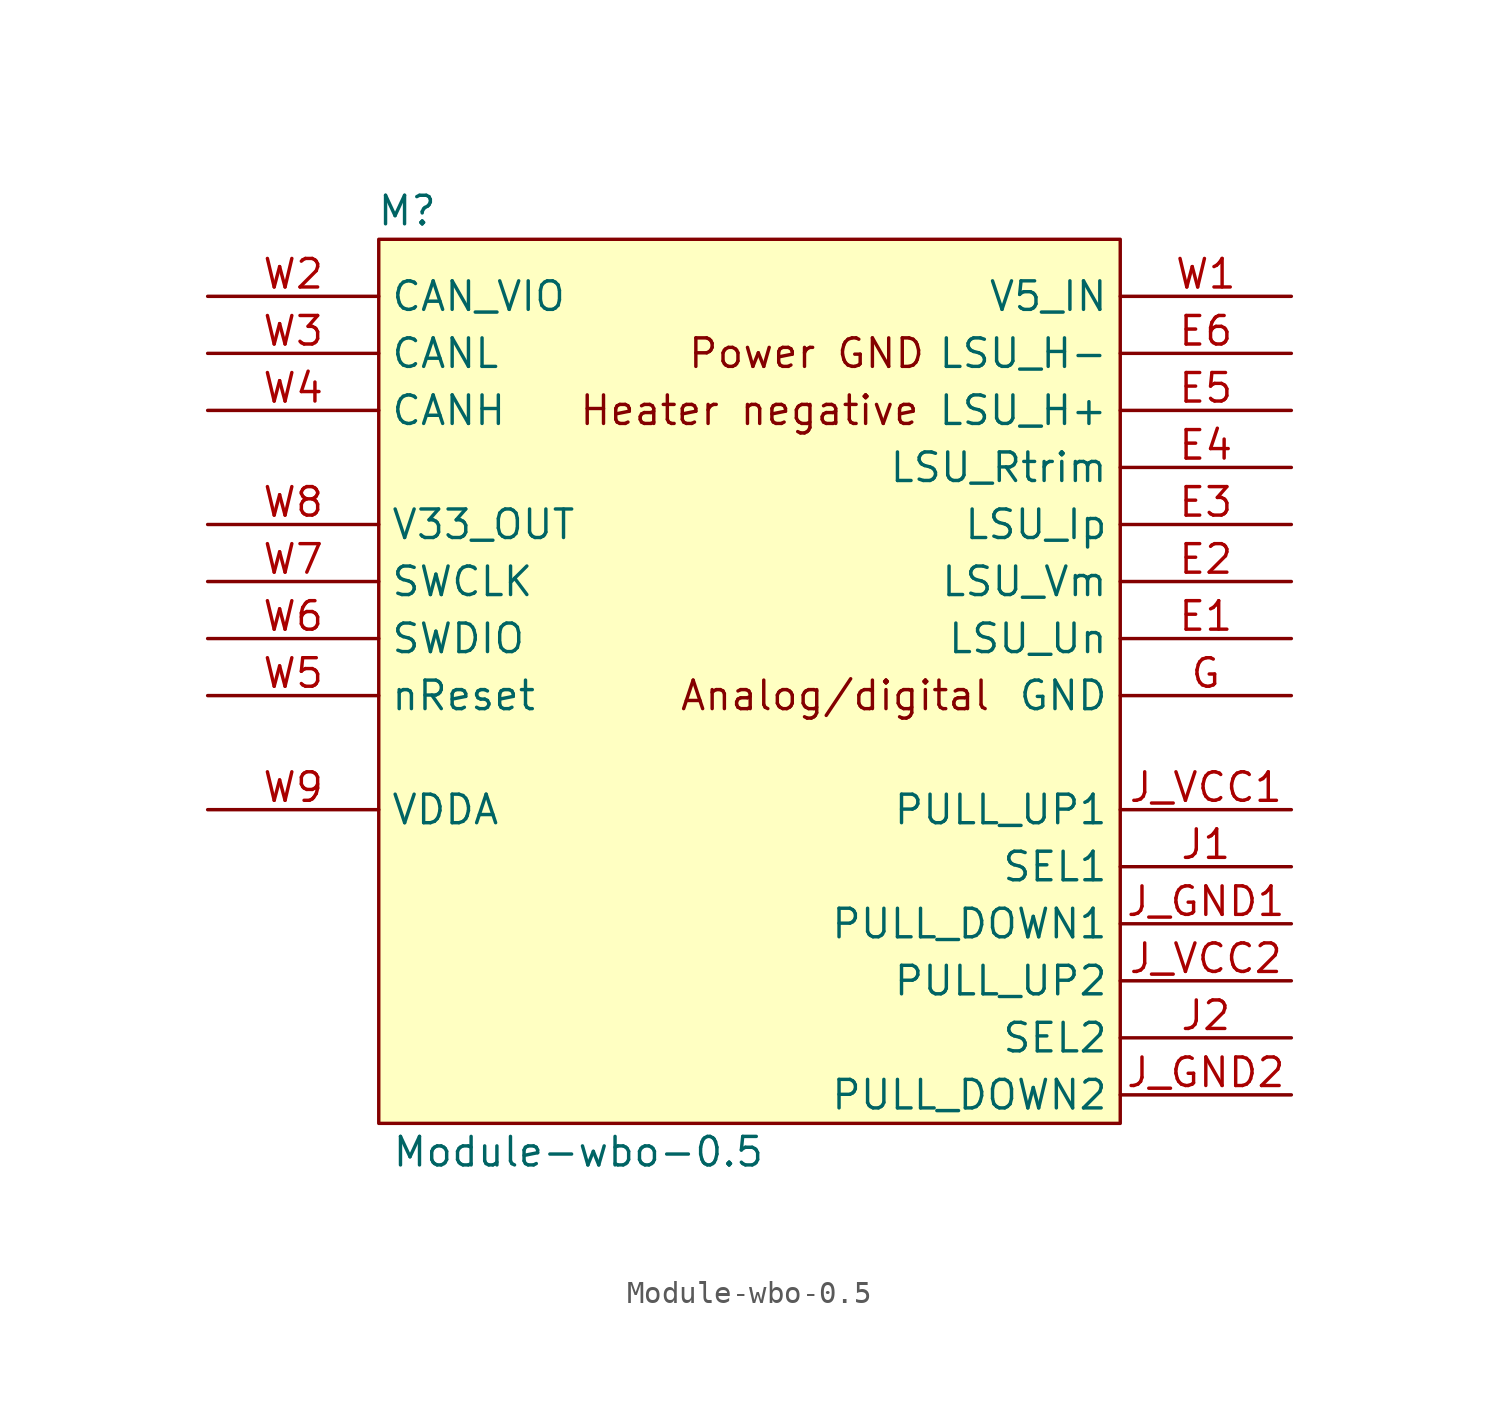
<source format=kicad_sym>
(kicad_symbol_lib
  (version 20211014)
  (generator kicad_symbol_editor)
  (symbol "Module-wbo-0.5"
    (property "Reference" "M"
      (at 1.27 1.27 0)
      (effects (font (size 1.27 1.27))))
    (property "Value" "Module-wbo-0.5"
      (at 8.89 -40.64 0)
      (effects (font (size 1.27 1.27))))
    (symbol "Module-wbo-0.5_0_0"
      (text "Analog/digital" (at 20.32 -20.32 0) (effects (font (size 1.27 1.27))))
      (text "Heater negative" (at 16.51 -7.62 0) (effects (font (size 1.27 1.27))))
      (text "Power GND" (at 19.05 -5.08 0) (effects (font (size 1.27 1.27)))))
    (symbol "Module-wbo-0.5_1_0"
      (rectangle (start 0 0) (end 33.02 -39.37) (stroke (width 0) (type default) (color 0 0 0 0)) (fill (type background)))
      (pin passive line (at 40.64 -17.78 180) (length 7.62) (name "LSU_Un" (effects (font (size 1.27 1.27)))) (number "E1" (effects (font (size 1.27 1.27)))))
      (pin passive line (at 40.64 -15.24 180) (length 7.62) (name "LSU_Vm" (effects (font (size 1.27 1.27)))) (number "E2" (effects (font (size 1.27 1.27)))))
      (pin passive line (at 40.64 -12.7 180) (length 7.62) (name "LSU_Ip" (effects (font (size 1.27 1.27)))) (number "E3" (effects (font (size 1.27 1.27)))))
      (pin passive line (at 40.64 -10.16 180) (length 7.62) (name "LSU_Rtrim" (effects (font (size 1.27 1.27)))) (number "E4" (effects (font (size 1.27 1.27)))))
      (pin passive line (at 40.64 -7.62 180) (length 7.62) (name "LSU_H+" (effects (font (size 1.27 1.27)))) (number "E5" (effects (font (size 1.27 1.27)))))
      (pin passive line (at 40.64 -5.08 180) (length 7.62) (name "LSU_H-" (effects (font (size 1.27 1.27)))) (number "E6" (effects (font (size 1.27 1.27)))))
      (pin passive line (at 40.64 -20.32 180) (length 7.62) (name "GND" (effects (font (size 1.27 1.27)))) (number "G" (effects (font (size 1.27 1.27)))))
      (pin passive line (at 40.64 -27.94 180) (length 7.62) (name "SEL1" (effects (font (size 1.27 1.27)))) (number "J1" (effects (font (size 1.27 1.27)))))
      (pin passive line (at 40.64 -35.56 180) (length 7.62) (name "SEL2" (effects (font (size 1.27 1.27)))) (number "J2" (effects (font (size 1.27 1.27)))))
      (pin passive line (at 40.64 -30.48 180) (length 7.62) (name "PULL_DOWN1" (effects (font (size 1.27 1.27)))) (number "J_GND1" (effects (font (size 1.27 1.27)))))
      (pin passive line (at 40.64 -38.1 180) (length 7.62) (name "PULL_DOWN2" (effects (font (size 1.27 1.27)))) (number "J_GND2" (effects (font (size 1.27 1.27)))))
      (pin passive line (at 40.64 -25.4 180) (length 7.62) (name "PULL_UP1" (effects (font (size 1.27 1.27)))) (number "J_VCC1" (effects (font (size 1.27 1.27)))))
      (pin passive line (at 40.64 -33.02 180) (length 7.62) (name "PULL_UP2" (effects (font (size 1.27 1.27)))) (number "J_VCC2" (effects (font (size 1.27 1.27)))))
      (pin passive line (at 40.64 -2.54 180) (length 7.62) (name "V5_IN" (effects (font (size 1.27 1.27)))) (number "W1" (effects (font (size 1.27 1.27)))))
      (pin passive line (at -7.62 -2.54 0) (length 7.62) (name "CAN_VIO" (effects (font (size 1.27 1.27)))) (number "W2" (effects (font (size 1.27 1.27)))))
      (pin passive line (at -7.62 -5.08 0) (length 7.62) (name "CANL" (effects (font (size 1.27 1.27)))) (number "W3" (effects (font (size 1.27 1.27)))))
      (pin passive line (at -7.62 -7.62 0) (length 7.62) (name "CANH" (effects (font (size 1.27 1.27)))) (number "W4" (effects (font (size 1.27 1.27)))))
      (pin passive line (at -7.62 -20.32 0) (length 7.62) (name "nReset" (effects (font (size 1.27 1.27)))) (number "W5" (effects (font (size 1.27 1.27)))))
      (pin passive line (at -7.62 -17.78 0) (length 7.62) (name "SWDIO" (effects (font (size 1.27 1.27)))) (number "W6" (effects (font (size 1.27 1.27)))))
      (pin passive line (at -7.62 -15.24 0) (length 7.62) (name "SWCLK" (effects (font (size 1.27 1.27)))) (number "W7" (effects (font (size 1.27 1.27)))))
      (pin passive line (at -7.62 -12.7 0) (length 7.62) (name "V33_OUT" (effects (font (size 1.27 1.27)))) (number "W8" (effects (font (size 1.27 1.27)))))
      (pin passive line (at -7.62 -25.4 0) (length 7.62) (name "VDDA" (effects (font (size 1.27 1.27)))) (number "W9" (effects (font (size 1.27 1.27))))))))
</source>
